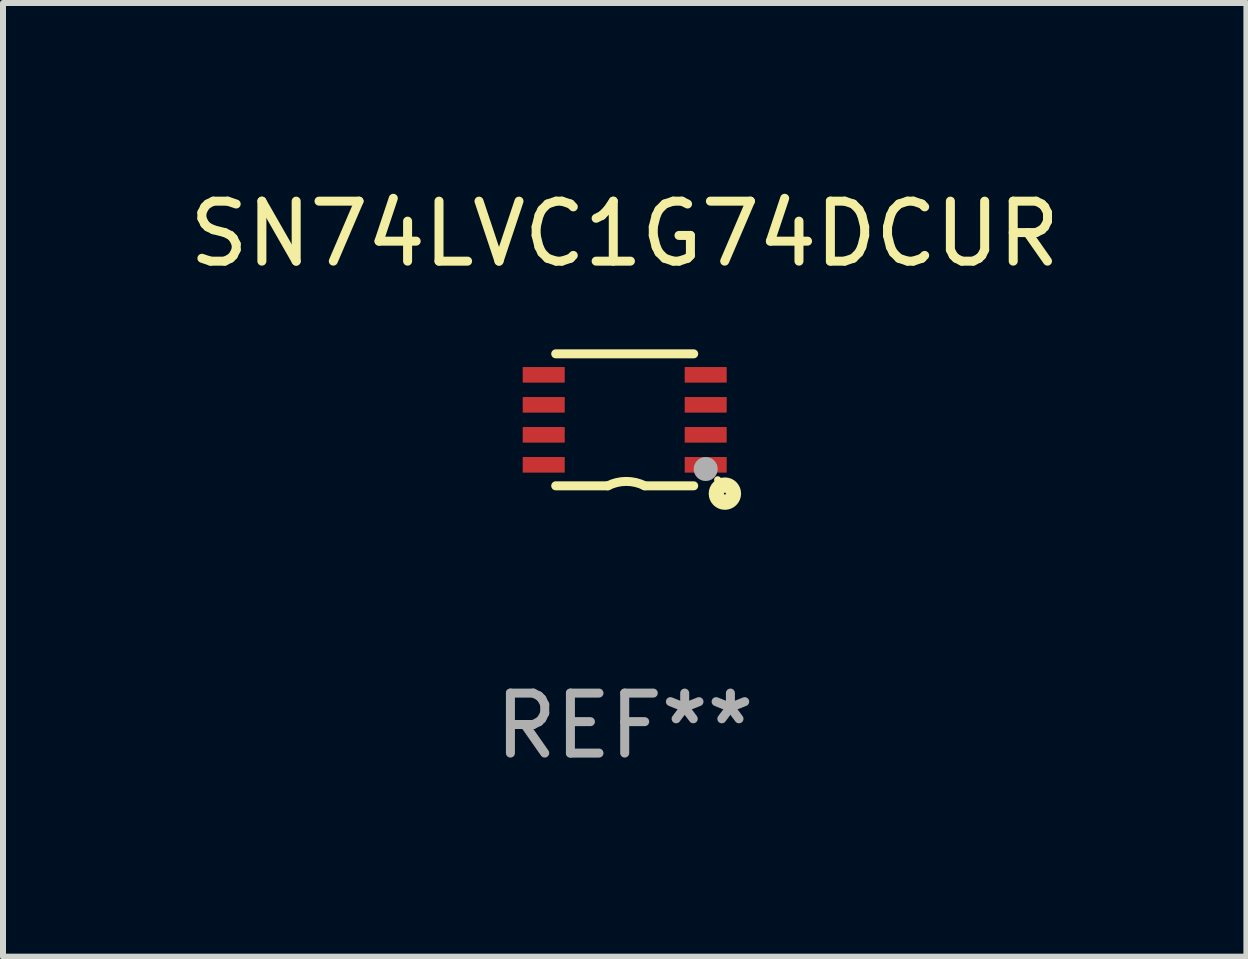
<source format=kicad_pcb>
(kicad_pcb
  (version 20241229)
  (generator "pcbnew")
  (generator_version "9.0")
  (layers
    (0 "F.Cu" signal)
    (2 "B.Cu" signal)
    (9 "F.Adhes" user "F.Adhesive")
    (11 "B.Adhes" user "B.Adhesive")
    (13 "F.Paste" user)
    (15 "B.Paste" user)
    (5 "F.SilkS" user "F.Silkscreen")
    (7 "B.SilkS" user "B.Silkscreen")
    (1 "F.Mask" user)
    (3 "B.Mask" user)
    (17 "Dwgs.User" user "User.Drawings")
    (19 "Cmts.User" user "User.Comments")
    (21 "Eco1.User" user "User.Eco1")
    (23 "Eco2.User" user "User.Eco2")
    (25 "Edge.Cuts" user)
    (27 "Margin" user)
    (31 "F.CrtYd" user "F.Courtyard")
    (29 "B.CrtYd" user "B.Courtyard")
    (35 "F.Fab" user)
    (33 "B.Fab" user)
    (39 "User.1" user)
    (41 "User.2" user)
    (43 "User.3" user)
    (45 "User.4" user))
  (footprint "SN74LVC1G74DCUR"
    (layer "F.Cu")
    (at 7.363 3.948)
    (property "Reference" "SN74LVC1G74DCUR" (at 0 -3.1 0) (layer "F.SilkS") (effects (font (size 1 1) (thickness 0.15))))
    (attr through_hole)
    (fp_line (start -1.15 -1.1) (end 1.15 -1.1) (stroke (width 0.15) (type solid)) (layer "F.SilkS"))
    (fp_line (start -1.15 1.1) (end -0.282 1.1) (stroke (width 0.15) (type solid)) (layer "F.SilkS"))
    (fp_line (start 1.15 1.1) (end 0.333 1.1) (stroke (width 0.15) (type solid)) (layer "F.SilkS"))
    (fp_arc (start -0.282347 1.1) (mid 0.025115 1.026651) (end 0.332842 1.098883) (stroke (width 0.150013) (type solid)) (layer "F.SilkS"))
    (fp_circle (center 1.55 1) (end 1.58 1) (stroke (width 0.06) (type solid)) (fill no) (layer "F.SilkS"))
    (fp_circle (center 1.67 1.23) (end 1.813 1.23) (stroke (width 0.254) (type solid)) (fill no) (layer "F.SilkS"))
    (fp_circle (center 1.35 0.82) (end 1.45 0.82) (stroke (width 0.2) (type solid)) (fill no) (layer "F.Fab"))
    (fp_text user "REF**" (at 0 5.1 0) (layer "F.Fab") (effects (font (size 1 1) (thickness 0.15))))
    (pad "1" smd rect (at 1.35 0.75) (size 0.7 0.26) (layers "F.Cu" "F.Mask" "F.Paste"))
    (pad "2" smd rect (at 1.35 0.25) (size 0.7 0.26) (layers "F.Cu" "F.Mask" "F.Paste"))
    (pad "3" smd rect (at 1.35 -0.25) (size 0.7 0.26) (layers "F.Cu" "F.Mask" "F.Paste"))
    (pad "4" smd rect (at 1.35 -0.75) (size 0.7 0.26) (layers "F.Cu" "F.Mask" "F.Paste"))
    (pad "5" smd rect (at -1.35 -0.75) (size 0.7 0.26) (layers "F.Cu" "F.Mask" "F.Paste"))
    (pad "6" smd rect (at -1.35 -0.25) (size 0.7 0.26) (layers "F.Cu" "F.Mask" "F.Paste"))
    (pad "7" smd rect (at -1.35 0.25) (size 0.7 0.26) (layers "F.Cu" "F.Mask" "F.Paste"))
    (pad "8" smd rect (at -1.35 0.75) (size 0.7 0.26) (layers "F.Cu" "F.Mask" "F.Paste")))
  (gr_rect
    (start -3 -3)
    (end 17.726 12.897)
    (stroke (width 0.1) (type default))
    (fill no)
    (layer "Edge.Cuts")))
</source>
